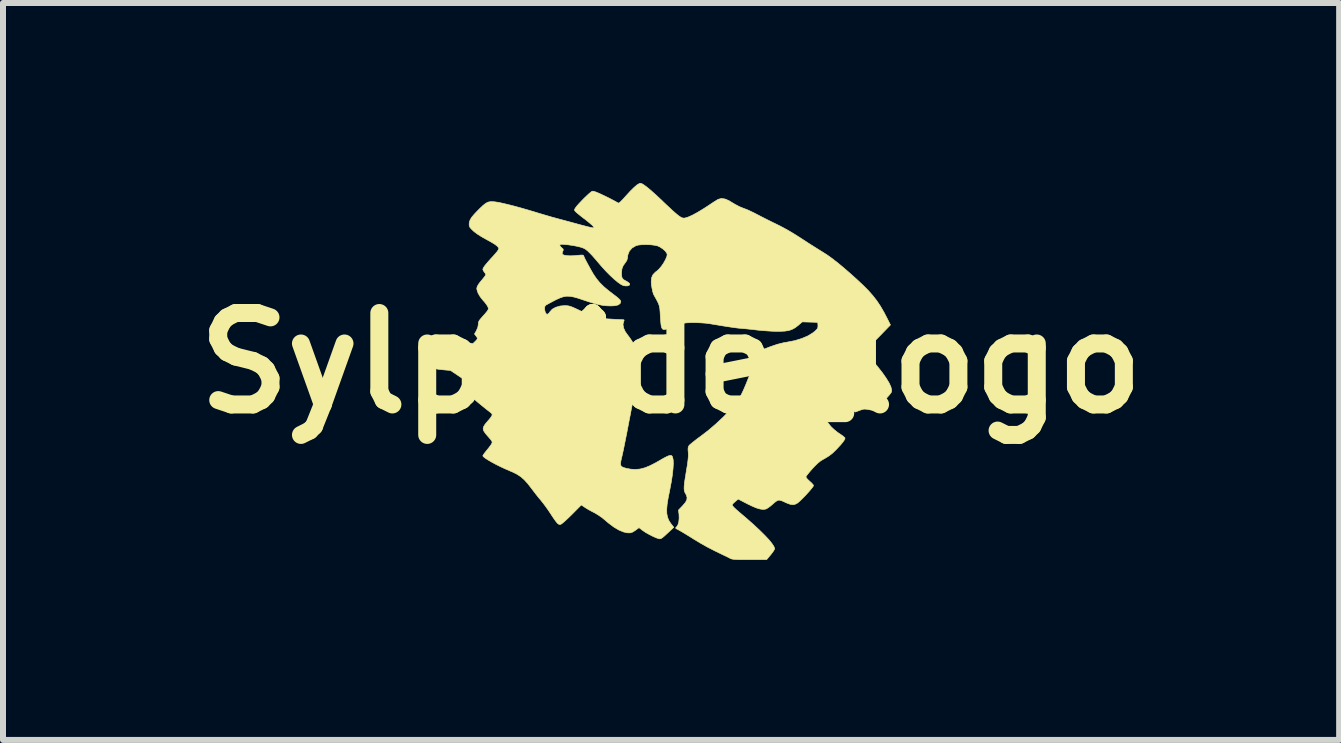
<source format=kicad_pcb>
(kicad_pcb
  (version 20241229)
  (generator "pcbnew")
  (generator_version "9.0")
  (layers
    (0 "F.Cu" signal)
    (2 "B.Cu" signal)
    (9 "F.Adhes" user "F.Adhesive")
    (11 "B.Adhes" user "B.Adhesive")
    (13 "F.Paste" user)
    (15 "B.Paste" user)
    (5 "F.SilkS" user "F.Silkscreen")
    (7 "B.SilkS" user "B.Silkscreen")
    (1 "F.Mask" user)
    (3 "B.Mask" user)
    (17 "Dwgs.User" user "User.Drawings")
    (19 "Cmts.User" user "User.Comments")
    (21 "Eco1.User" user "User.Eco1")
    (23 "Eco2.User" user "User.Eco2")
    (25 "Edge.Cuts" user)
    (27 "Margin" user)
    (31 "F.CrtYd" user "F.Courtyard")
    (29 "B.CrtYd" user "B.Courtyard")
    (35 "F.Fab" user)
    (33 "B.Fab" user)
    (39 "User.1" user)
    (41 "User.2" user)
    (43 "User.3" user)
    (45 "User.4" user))
  (footprint "Sylphide_logo"
    (layer "F.Cu")
    (at 8.135 3.002)
    (property "Reference" "Sylphide_logo" (at 0 0 0) (layer "F.SilkS") (effects (font (size 1.524 1.524) (thickness 0.3))))
    (attr through_hole)
    (fp_poly (pts (xy -0.485 -2.99) (xy -0.448 -2.967) (xy -0.396 -2.928) (xy -0.33 -2.873) (xy -0.249 -2.8) (xy -0.152 -2.71) (xy -0.125 -2.683) (xy -0.042 -2.605) (xy 0.024 -2.543) (xy 0.078 -2.496) (xy 0.12 -2.461) (xy 0.153 -2.438) (xy 0.18 -2.423) (xy 0.202 -2.417) (xy 0.222 -2.417) (xy 0.232 -2.418) (xy 0.285 -2.434) (xy 0.355 -2.465) (xy 0.438 -2.51) (xy 0.533 -2.567) (xy 0.603 -2.612) (xy 0.66 -2.65) (xy 0.711 -2.684) (xy 0.753 -2.71) (xy 0.779 -2.726) (xy 0.783 -2.729) (xy 0.839 -2.744) (xy 0.902 -2.735) (xy 0.97 -2.705) (xy 0.978 -2.699) (xy 1.067 -2.646) (xy 1.141 -2.607) (xy 1.208 -2.58) (xy 1.226 -2.573) (xy 1.262 -2.56) (xy 1.313 -2.537) (xy 1.374 -2.508) (xy 1.438 -2.475) (xy 1.448 -2.47) (xy 1.521 -2.432) (xy 1.6 -2.392) (xy 1.676 -2.354) (xy 1.736 -2.325) (xy 1.817 -2.285) (xy 1.892 -2.245) (xy 1.967 -2.203) (xy 2.049 -2.154) (xy 2.141 -2.096) (xy 2.229 -2.039) (xy 2.301 -1.992) (xy 2.377 -1.944) (xy 2.45 -1.898) (xy 2.513 -1.859) (xy 2.532 -1.847) (xy 2.606 -1.8) (xy 2.685 -1.743) (xy 2.773 -1.675) (xy 2.872 -1.593) (xy 2.983 -1.497) (xy 3.091 -1.4) (xy 3.197 -1.301) (xy 3.287 -1.211) (xy 3.363 -1.125) (xy 3.43 -1.039) (xy 3.491 -0.948) (xy 3.55 -0.846) (xy 3.607 -0.736) (xy 3.657 -0.636) (xy 3.507 -0.481) (xy 3.452 -0.425) (xy 3.412 -0.384) (xy 3.382 -0.357) (xy 3.36 -0.341) (xy 3.343 -0.333) (xy 3.327 -0.331) (xy 3.309 -0.333) (xy 3.307 -0.333) (xy 3.27 -0.34) (xy 3.241 -0.347) (xy 3.237 -0.349) (xy 3.213 -0.347) (xy 3.187 -0.332) (xy 3.167 -0.312) (xy 3.165 -0.292) (xy 3.172 -0.275) (xy 3.185 -0.255) (xy 3.212 -0.219) (xy 3.249 -0.173) (xy 3.294 -0.119) (xy 3.33 -0.076) (xy 3.434 0.048) (xy 3.52 0.157) (xy 3.586 0.251) (xy 3.635 0.331) (xy 3.665 0.397) (xy 3.677 0.449) (xy 3.675 0.48) (xy 3.663 0.5) (xy 3.637 0.533) (xy 3.6 0.575) (xy 3.556 0.621) (xy 3.51 0.668) (xy 3.465 0.712) (xy 3.426 0.747) (xy 3.396 0.77) (xy 3.395 0.771) (xy 3.373 0.782) (xy 3.349 0.784) (xy 3.312 0.779) (xy 3.292 0.775) (xy 3.248 0.768) (xy 3.215 0.767) (xy 3.179 0.776) (xy 3.145 0.788) (xy 3.071 0.816) (xy 2.988 0.78) (xy 2.941 0.762) (xy 2.911 0.754) (xy 2.892 0.756) (xy 2.884 0.76) (xy 2.827 0.799) (xy 2.786 0.821) (xy 2.767 0.825) (xy 2.748 0.82) (xy 2.712 0.804) (xy 2.664 0.782) (xy 2.623 0.761) (xy 2.565 0.732) (xy 2.522 0.714) (xy 2.494 0.706) (xy 2.488 0.708) (xy 2.483 0.729) (xy 2.492 0.766) (xy 2.511 0.814) (xy 2.539 0.87) (xy 2.572 0.929) (xy 2.61 0.987) (xy 2.649 1.038) (xy 2.671 1.064) (xy 2.717 1.107) (xy 2.772 1.152) (xy 2.813 1.18) (xy 2.853 1.207) (xy 2.884 1.232) (xy 2.9 1.249) (xy 2.9 1.25) (xy 2.895 1.271) (xy 2.871 1.308) (xy 2.828 1.361) (xy 2.819 1.371) (xy 2.751 1.444) (xy 2.691 1.502) (xy 2.631 1.548) (xy 2.566 1.588) (xy 2.542 1.601) (xy 2.495 1.629) (xy 2.447 1.667) (xy 2.395 1.718) (xy 2.355 1.761) (xy 2.314 1.808) (xy 2.28 1.849) (xy 2.257 1.88) (xy 2.248 1.897) (xy 2.248 1.898) (xy 2.257 1.915) (xy 2.281 1.942) (xy 2.311 1.97) (xy 2.344 2) (xy 2.367 2.026) (xy 2.375 2.042) (xy 2.366 2.059) (xy 2.343 2.089) (xy 2.31 2.129) (xy 2.269 2.175) (xy 2.226 2.221) (xy 2.182 2.265) (xy 2.144 2.302) (xy 2.113 2.329) (xy 2.102 2.336) (xy 2.066 2.354) (xy 2.029 2.36) (xy 1.987 2.354) (xy 1.932 2.334) (xy 1.897 2.318) (xy 1.85 2.297) (xy 1.816 2.286) (xy 1.788 2.285) (xy 1.76 2.298) (xy 1.725 2.324) (xy 1.681 2.363) (xy 1.642 2.395) (xy 1.605 2.42) (xy 1.58 2.433) (xy 1.578 2.434) (xy 1.533 2.439) (xy 1.482 2.432) (xy 1.419 2.413) (xy 1.342 2.38) (xy 1.276 2.348) (xy 1.119 2.267) (xy 1.071 2.307) (xy 1.042 2.333) (xy 1.022 2.356) (xy 1.019 2.364) (xy 1.026 2.38) (xy 1.05 2.407) (xy 1.087 2.442) (xy 1.12 2.471) (xy 1.253 2.584) (xy 1.371 2.688) (xy 1.474 2.784) (xy 1.56 2.869) (xy 1.63 2.943) (xy 1.681 3.006) (xy 1.714 3.056) (xy 1.727 3.092) (xy 1.727 3.096) (xy 1.719 3.114) (xy 1.699 3.145) (xy 1.67 3.184) (xy 1.661 3.195) (xy 1.594 3.275) (xy 1.308 3.276) (xy 1.21 3.276) (xy 1.135 3.275) (xy 1.078 3.273) (xy 1.038 3.27) (xy 1.011 3.265) (xy 0.993 3.259) (xy 0.991 3.258) (xy 0.965 3.244) (xy 0.923 3.223) (xy 0.874 3.2) (xy 0.857 3.192) (xy 0.724 3.127) (xy 0.605 3.066) (xy 0.493 3.003) (xy 0.377 2.933) (xy 0.352 2.917) (xy 0.288 2.877) (xy 0.227 2.84) (xy 0.175 2.809) (xy 0.135 2.786) (xy 0.122 2.779) (xy 0.089 2.762) (xy 0.076 2.751) (xy 0.08 2.741) (xy 0.091 2.732) (xy 0.113 2.7) (xy 0.129 2.649) (xy 0.135 2.587) (xy 0.133 2.523) (xy 0.124 2.45) (xy 0.196 2.375) (xy 0.24 2.323) (xy 0.263 2.279) (xy 0.267 2.238) (xy 0.252 2.194) (xy 0.241 2.175) (xy 0.229 2.151) (xy 0.221 2.125) (xy 0.218 2.093) (xy 0.219 2.051) (xy 0.224 1.996) (xy 0.235 1.924) (xy 0.25 1.831) (xy 0.255 1.799) (xy 0.271 1.704) (xy 0.281 1.63) (xy 0.287 1.571) (xy 0.289 1.525) (xy 0.287 1.488) (xy 0.283 1.436) (xy 0.287 1.401) (xy 0.298 1.377) (xy 0.314 1.36) (xy 0.348 1.332) (xy 0.394 1.295) (xy 0.45 1.252) (xy 0.498 1.217) (xy 0.622 1.122) (xy 0.747 1.015) (xy 0.868 0.902) (xy 0.978 0.79) (xy 1.047 0.711) (xy 1.093 0.653) (xy 1.133 0.593) (xy 1.17 0.528) (xy 1.207 0.45) (xy 1.248 0.355) (xy 1.256 0.334) (xy 1.281 0.272) (xy 1.307 0.209) (xy 1.33 0.156) (xy 1.339 0.135) (xy 1.358 0.088) (xy 1.38 0.027) (xy 1.401 -0.038) (xy 1.408 -0.062) (xy 1.421 -0.109) (xy 1.432 -0.143) (xy 1.446 -0.169) (xy 1.464 -0.189) (xy 1.492 -0.207) (xy 1.533 -0.226) (xy 1.59 -0.248) (xy 1.654 -0.273) (xy 1.771 -0.313) (xy 1.88 -0.34) (xy 1.933 -0.349) (xy 2.062 -0.374) (xy 2.18 -0.41) (xy 2.285 -0.455) (xy 2.371 -0.509) (xy 2.406 -0.538) (xy 2.435 -0.568) (xy 2.447 -0.593) (xy 2.449 -0.624) (xy 2.449 -0.631) (xy 2.445 -0.679) (xy 2.316 -0.683) (xy 2.187 -0.687) (xy 2.12 -0.629) (xy 2.069 -0.59) (xy 2.018 -0.562) (xy 1.963 -0.543) (xy 1.897 -0.533) (xy 1.814 -0.529) (xy 1.765 -0.529) (xy 1.685 -0.531) (xy 1.592 -0.537) (xy 1.501 -0.544) (xy 1.441 -0.55) (xy 1.368 -0.559) (xy 1.292 -0.567) (xy 1.223 -0.574) (xy 1.175 -0.578) (xy 1.119 -0.583) (xy 1.049 -0.592) (xy 0.974 -0.603) (xy 0.921 -0.611) (xy 0.847 -0.623) (xy 0.768 -0.636) (xy 0.695 -0.648) (xy 0.654 -0.655) (xy 0.58 -0.665) (xy 0.497 -0.671) (xy 0.411 -0.675) (xy 0.33 -0.675) (xy 0.259 -0.671) (xy 0.204 -0.664) (xy 0.191 -0.661) (xy 0.152 -0.649) (xy 0.1 -0.631) (xy 0.042 -0.61) (xy 0.022 -0.602) (xy -0.029 -0.583) (xy -0.073 -0.568) (xy -0.104 -0.56) (xy -0.112 -0.559) (xy -0.133 -0.562) (xy -0.148 -0.575) (xy -0.159 -0.599) (xy -0.167 -0.64) (xy -0.173 -0.699) (xy -0.178 -0.773) (xy -0.182 -0.845) (xy -0.186 -0.898) (xy -0.192 -0.937) (xy -0.201 -0.969) (xy -0.213 -1) (xy -0.228 -1.03) (xy -0.25 -1.072) (xy -0.269 -1.106) (xy -0.28 -1.124) (xy -0.28 -1.125) (xy -0.293 -1.15) (xy -0.306 -1.193) (xy -0.317 -1.246) (xy -0.326 -1.3) (xy -0.33 -1.348) (xy -0.33 -1.356) (xy -0.324 -1.422) (xy -0.302 -1.473) (xy -0.261 -1.516) (xy -0.24 -1.531) (xy -0.202 -1.565) (xy -0.161 -1.613) (xy -0.123 -1.669) (xy -0.092 -1.725) (xy -0.07 -1.776) (xy -0.064 -1.811) (xy -0.074 -1.838) (xy -0.101 -1.872) (xy -0.139 -1.905) (xy -0.183 -1.934) (xy -0.22 -1.952) (xy -0.271 -1.964) (xy -0.337 -1.972) (xy -0.409 -1.975) (xy -0.479 -1.974) (xy -0.541 -1.968) (xy -0.584 -1.957) (xy -0.649 -1.919) (xy -0.695 -1.867) (xy -0.72 -1.803) (xy -0.724 -1.762) (xy -0.736 -1.713) (xy -0.762 -1.674) (xy -0.799 -1.622) (xy -0.819 -1.57) (xy -0.825 -1.507) (xy -0.825 -1.495) (xy -0.823 -1.445) (xy -0.812 -1.413) (xy -0.789 -1.389) (xy -0.747 -1.366) (xy -0.747 -1.366) (xy -0.714 -1.346) (xy -0.692 -1.326) (xy -0.688 -1.318) (xy -0.695 -1.299) (xy -0.721 -1.288) (xy -0.758 -1.286) (xy -0.798 -1.293) (xy -0.837 -1.313) (xy -0.888 -1.349) (xy -0.949 -1.4) (xy -1.016 -1.462) (xy -1.086 -1.533) (xy -1.157 -1.611) (xy -1.187 -1.646) (xy -1.256 -1.727) (xy -1.312 -1.791) (xy -1.357 -1.838) (xy -1.394 -1.873) (xy -1.425 -1.897) (xy -1.448 -1.911) (xy -1.491 -1.928) (xy -1.553 -1.944) (xy -1.628 -1.959) (xy -1.71 -1.971) (xy -1.756 -1.976) (xy -1.806 -1.98) (xy -1.836 -1.98) (xy -1.85 -1.975) (xy -1.854 -1.966) (xy -1.854 -1.965) (xy -1.845 -1.944) (xy -1.822 -1.922) (xy -1.821 -1.921) (xy -1.799 -1.901) (xy -1.796 -1.884) (xy -1.802 -1.87) (xy -1.815 -1.834) (xy -1.808 -1.811) (xy -1.779 -1.798) (xy -1.775 -1.797) (xy -1.726 -1.79) (xy -1.677 -1.788) (xy -1.618 -1.79) (xy -1.559 -1.796) (xy -1.509 -1.8) (xy -1.479 -1.801) (xy -1.463 -1.797) (xy -1.455 -1.787) (xy -1.454 -1.782) (xy -1.443 -1.755) (xy -1.426 -1.721) (xy -1.426 -1.721) (xy -1.411 -1.693) (xy -1.388 -1.65) (xy -1.36 -1.599) (xy -1.345 -1.571) (xy -1.294 -1.482) (xy -1.242 -1.406) (xy -1.185 -1.337) (xy -1.118 -1.271) (xy -1.036 -1.203) (xy -0.959 -1.144) (xy -0.905 -1.103) (xy -0.869 -1.072) (xy -0.848 -1.049) (xy -0.839 -1.031) (xy -0.838 -1.023) (xy -0.85 -0.991) (xy -0.885 -0.968) (xy -0.941 -0.956) (xy -0.999 -0.953) (xy -1.069 -0.955) (xy -1.138 -0.962) (xy -1.21 -0.976) (xy -1.291 -0.997) (xy -1.387 -1.027) (xy -1.453 -1.049) (xy -1.547 -1.081) (xy -1.623 -1.102) (xy -1.686 -1.113) (xy -1.741 -1.115) (xy -1.794 -1.106) (xy -1.85 -1.087) (xy -1.914 -1.058) (xy -1.949 -1.04) (xy -2.002 -1.012) (xy -2.047 -0.988) (xy -2.079 -0.97) (xy -2.092 -0.962) (xy -2.105 -0.939) (xy -2.108 -0.904) (xy -2.102 -0.867) (xy -2.09 -0.834) (xy -2.072 -0.815) (xy -2.064 -0.813) (xy -2.045 -0.823) (xy -2.023 -0.848) (xy -2.018 -0.856) (xy -1.98 -0.898) (xy -1.922 -0.93) (xy -1.85 -0.951) (xy -1.778 -0.958) (xy -1.743 -0.957) (xy -1.713 -0.954) (xy -1.682 -0.946) (xy -1.643 -0.932) (xy -1.593 -0.91) (xy -1.53 -0.88) (xy -1.439 -0.837) (xy -1.365 -0.804) (xy -1.302 -0.78) (xy -1.246 -0.763) (xy -1.19 -0.751) (xy -1.13 -0.743) (xy -1.059 -0.737) (xy -1.048 -0.736) (xy -0.98 -0.732) (xy -0.916 -0.728) (xy -0.864 -0.726) (xy -0.829 -0.724) (xy -0.828 -0.724) (xy -0.795 -0.723) (xy -0.782 -0.718) (xy -0.784 -0.705) (xy -0.787 -0.699) (xy -0.801 -0.647) (xy -0.792 -0.587) (xy -0.762 -0.522) (xy -0.717 -0.46) (xy -0.689 -0.423) (xy -0.656 -0.374) (xy -0.624 -0.322) (xy -0.621 -0.316) (xy -0.592 -0.267) (xy -0.564 -0.223) (xy -0.541 -0.191) (xy -0.538 -0.186) (xy -0.512 -0.136) (xy -0.508 -0.104) (xy -0.51 -0.076) (xy -0.517 -0.027) (xy -0.526 0.037) (xy -0.538 0.114) (xy -0.553 0.199) (xy -0.568 0.287) (xy -0.583 0.374) (xy -0.599 0.456) (xy -0.613 0.528) (xy -0.623 0.578) (xy -0.632 0.621) (xy -0.645 0.684) (xy -0.661 0.763) (xy -0.678 0.854) (xy -0.697 0.951) (xy -0.716 1.051) (xy -0.718 1.06) (xy -0.737 1.161) (xy -0.757 1.261) (xy -0.776 1.356) (xy -0.793 1.44) (xy -0.808 1.509) (xy -0.819 1.558) (xy -0.82 1.559) (xy -0.835 1.626) (xy -0.842 1.673) (xy -0.838 1.705) (xy -0.823 1.726) (xy -0.794 1.74) (xy -0.758 1.751) (xy -0.674 1.768) (xy -0.595 1.773) (xy -0.517 1.766) (xy -0.436 1.745) (xy -0.348 1.709) (xy -0.249 1.658) (xy -0.171 1.613) (xy -0.121 1.584) (xy -0.074 1.56) (xy -0.039 1.545) (xy -0.027 1.541) (xy 0.002 1.539) (xy 0.018 1.551) (xy 0.026 1.57) (xy 0.036 1.614) (xy 0.038 1.68) (xy 0.033 1.764) (xy 0.022 1.864) (xy 0.005 1.976) (xy -0.018 2.098) (xy -0.025 2.134) (xy -0.049 2.254) (xy -0.065 2.353) (xy -0.072 2.435) (xy -0.071 2.504) (xy -0.06 2.563) (xy -0.041 2.615) (xy -0.011 2.664) (xy 0.016 2.7) (xy 0.046 2.737) (xy -0.06 2.836) (xy -0.108 2.88) (xy -0.141 2.908) (xy -0.165 2.924) (xy -0.184 2.929) (xy -0.201 2.928) (xy -0.201 2.928) (xy -0.246 2.913) (xy -0.303 2.888) (xy -0.365 2.856) (xy -0.424 2.823) (xy -0.471 2.791) (xy -0.474 2.789) (xy -0.534 2.743) (xy -0.593 2.787) (xy -0.638 2.816) (xy -0.68 2.83) (xy -0.729 2.829) (xy -0.791 2.815) (xy -0.796 2.813) (xy -0.869 2.783) (xy -0.953 2.733) (xy -1.044 2.665) (xy -1.099 2.618) (xy -1.151 2.575) (xy -1.211 2.534) (xy -1.267 2.5) (xy -1.277 2.495) (xy -1.332 2.466) (xy -1.388 2.435) (xy -1.431 2.408) (xy -1.496 2.365) (xy -1.653 2.523) (xy -1.706 2.575) (xy -1.755 2.621) (xy -1.796 2.657) (xy -1.825 2.68) (xy -1.838 2.688) (xy -1.856 2.69) (xy -1.874 2.685) (xy -1.893 2.671) (xy -1.916 2.643) (xy -1.947 2.601) (xy -1.988 2.54) (xy -2.004 2.515) (xy -2.046 2.452) (xy -2.09 2.39) (xy -2.132 2.334) (xy -2.165 2.293) (xy -2.165 2.292) (xy -2.201 2.25) (xy -2.245 2.195) (xy -2.291 2.135) (xy -2.323 2.093) (xy -2.387 2.01) (xy -2.445 1.946) (xy -2.502 1.896) (xy -2.563 1.855) (xy -2.634 1.819) (xy -2.672 1.803) (xy -2.76 1.765) (xy -2.846 1.725) (xy -2.926 1.685) (xy -2.997 1.646) (xy -3.057 1.611) (xy -3.102 1.581) (xy -3.13 1.558) (xy -3.137 1.545) (xy -3.129 1.529) (xy -3.108 1.5) (xy -3.079 1.463) (xy -3.073 1.456) (xy -3.039 1.414) (xy -3.01 1.376) (xy -2.992 1.348) (xy -2.991 1.346) (xy -2.983 1.329) (xy -2.982 1.313) (xy -2.991 1.295) (xy -3.011 1.268) (xy -3.046 1.228) (xy -3.049 1.225) (xy -3.094 1.172) (xy -3.122 1.131) (xy -3.132 1.096) (xy -3.125 1.062) (xy -3.101 1.022) (xy -3.059 0.971) (xy -3.049 0.96) (xy -3.011 0.915) (xy -2.989 0.883) (xy -2.981 0.861) (xy -2.988 0.843) (xy -3.008 0.824) (xy -3.017 0.817) (xy -3.086 0.763) (xy -3.149 0.712) (xy -3.204 0.667) (xy -3.247 0.631) (xy -3.274 0.606) (xy -3.28 0.601) (xy -3.292 0.585) (xy -3.293 0.571) (xy -3.282 0.551) (xy -3.258 0.518) (xy -3.214 0.46) (xy -3.287 0.397) (xy -3.324 0.367) (xy -3.377 0.327) (xy -3.439 0.283) (xy -3.502 0.239) (xy -3.517 0.229) (xy -3.675 0.123) (xy -3.797 0.112) (xy -3.871 0.104) (xy -3.925 0.094) (xy -3.961 0.081) (xy -3.985 0.065) (xy -3.999 0.043) (xy -4.009 0.016) (xy -4.014 -0.008) (xy -4.01 -0.033) (xy -3.997 -0.062) (xy -3.972 -0.098) (xy -3.934 -0.144) (xy -3.881 -0.203) (xy -3.842 -0.245) (xy -3.74 -0.355) (xy -3.61 -0.355) (xy -3.543 -0.354) (xy -3.473 -0.35) (xy -3.412 -0.343) (xy -3.391 -0.34) (xy -3.302 -0.325) (xy -3.264 -0.362) (xy -3.237 -0.39) (xy -3.228 -0.411) (xy -3.236 -0.433) (xy -3.251 -0.453) (xy -3.276 -0.485) (xy -3.245 -0.539) (xy -3.22 -0.598) (xy -3.213 -0.645) (xy -3.211 -0.674) (xy -3.202 -0.7) (xy -3.181 -0.73) (xy -3.147 -0.769) (xy -3.146 -0.771) (xy -3.1 -0.822) (xy -3.069 -0.859) (xy -3.051 -0.885) (xy -3.045 -0.906) (xy -3.048 -0.925) (xy -3.057 -0.945) (xy -3.076 -0.976) (xy -3.106 -1.015) (xy -3.133 -1.045) (xy -3.18 -1.104) (xy -3.216 -1.165) (xy -3.235 -1.222) (xy -3.238 -1.247) (xy -3.229 -1.28) (xy -3.202 -1.324) (xy -3.185 -1.346) (xy -3.142 -1.398) (xy -3.113 -1.434) (xy -3.096 -1.457) (xy -3.089 -1.473) (xy -3.09 -1.485) (xy -3.097 -1.496) (xy -3.109 -1.511) (xy -3.128 -1.539) (xy -3.137 -1.561) (xy -3.137 -1.563) (xy -3.129 -1.586) (xy -3.105 -1.622) (xy -3.063 -1.673) (xy -3.004 -1.74) (xy -2.976 -1.77) (xy -2.935 -1.816) (xy -2.901 -1.856) (xy -2.879 -1.888) (xy -2.87 -1.905) (xy -2.87 -1.906) (xy -2.878 -1.927) (xy -2.901 -1.953) (xy -2.943 -1.984) (xy -3.005 -2.021) (xy -3.087 -2.066) (xy -3.158 -2.106) (xy -3.224 -2.148) (xy -3.277 -2.187) (xy -3.297 -2.204) (xy -3.333 -2.239) (xy -3.354 -2.265) (xy -3.363 -2.289) (xy -3.365 -2.317) (xy -3.365 -2.32) (xy -3.361 -2.354) (xy -3.347 -2.39) (xy -3.322 -2.431) (xy -3.282 -2.479) (xy -3.225 -2.539) (xy -3.186 -2.578) (xy -3.132 -2.629) (xy -3.089 -2.663) (xy -3.05 -2.683) (xy -3.009 -2.691) (xy -2.96 -2.69) (xy -2.924 -2.686) (xy -2.872 -2.678) (xy -2.799 -2.662) (xy -2.71 -2.641) (xy -2.608 -2.615) (xy -2.499 -2.585) (xy -2.385 -2.552) (xy -2.27 -2.518) (xy -2.248 -2.511) (xy -2.162 -2.485) (xy -2.07 -2.458) (xy -1.981 -2.432) (xy -1.903 -2.411) (xy -1.867 -2.401) (xy -1.796 -2.382) (xy -1.71 -2.359) (xy -1.618 -2.334) (xy -1.53 -2.31) (xy -1.501 -2.302) (xy -1.432 -2.284) (xy -1.372 -2.269) (xy -1.325 -2.258) (xy -1.295 -2.253) (xy -1.286 -2.253) (xy -1.288 -2.268) (xy -1.312 -2.296) (xy -1.358 -2.336) (xy -1.424 -2.39) (xy -1.454 -2.412) (xy -1.503 -2.45) (xy -1.546 -2.485) (xy -1.578 -2.512) (xy -1.592 -2.525) (xy -1.608 -2.545) (xy -1.608 -2.562) (xy -1.594 -2.586) (xy -1.593 -2.587) (xy -1.571 -2.617) (xy -1.536 -2.656) (xy -1.494 -2.701) (xy -1.448 -2.748) (xy -1.403 -2.791) (xy -1.363 -2.828) (xy -1.331 -2.854) (xy -1.313 -2.865) (xy -1.291 -2.864) (xy -1.254 -2.852) (xy -1.2 -2.83) (xy -1.126 -2.795) (xy -1.096 -2.781) (xy -1.031 -2.749) (xy -0.974 -2.719) (xy -0.928 -2.695) (xy -0.898 -2.678) (xy -0.888 -2.672) (xy -0.878 -2.667) (xy -0.865 -2.671) (xy -0.846 -2.686) (xy -0.817 -2.715) (xy -0.776 -2.759) (xy -0.755 -2.783) (xy -0.679 -2.866) (xy -0.616 -2.928) (xy -0.566 -2.971) (xy -0.528 -2.993) (xy -0.51 -2.997) (xy -0.485 -2.99)) (stroke (width 0.01) (type solid)) (fill yes) (layer "F.SilkS")))
  (gr_rect
    (start -3 -3)
    (end 19.271 9.283)
    (stroke (width 0.1) (type default))
    (fill no)
    (layer "Edge.Cuts")))
</source>
